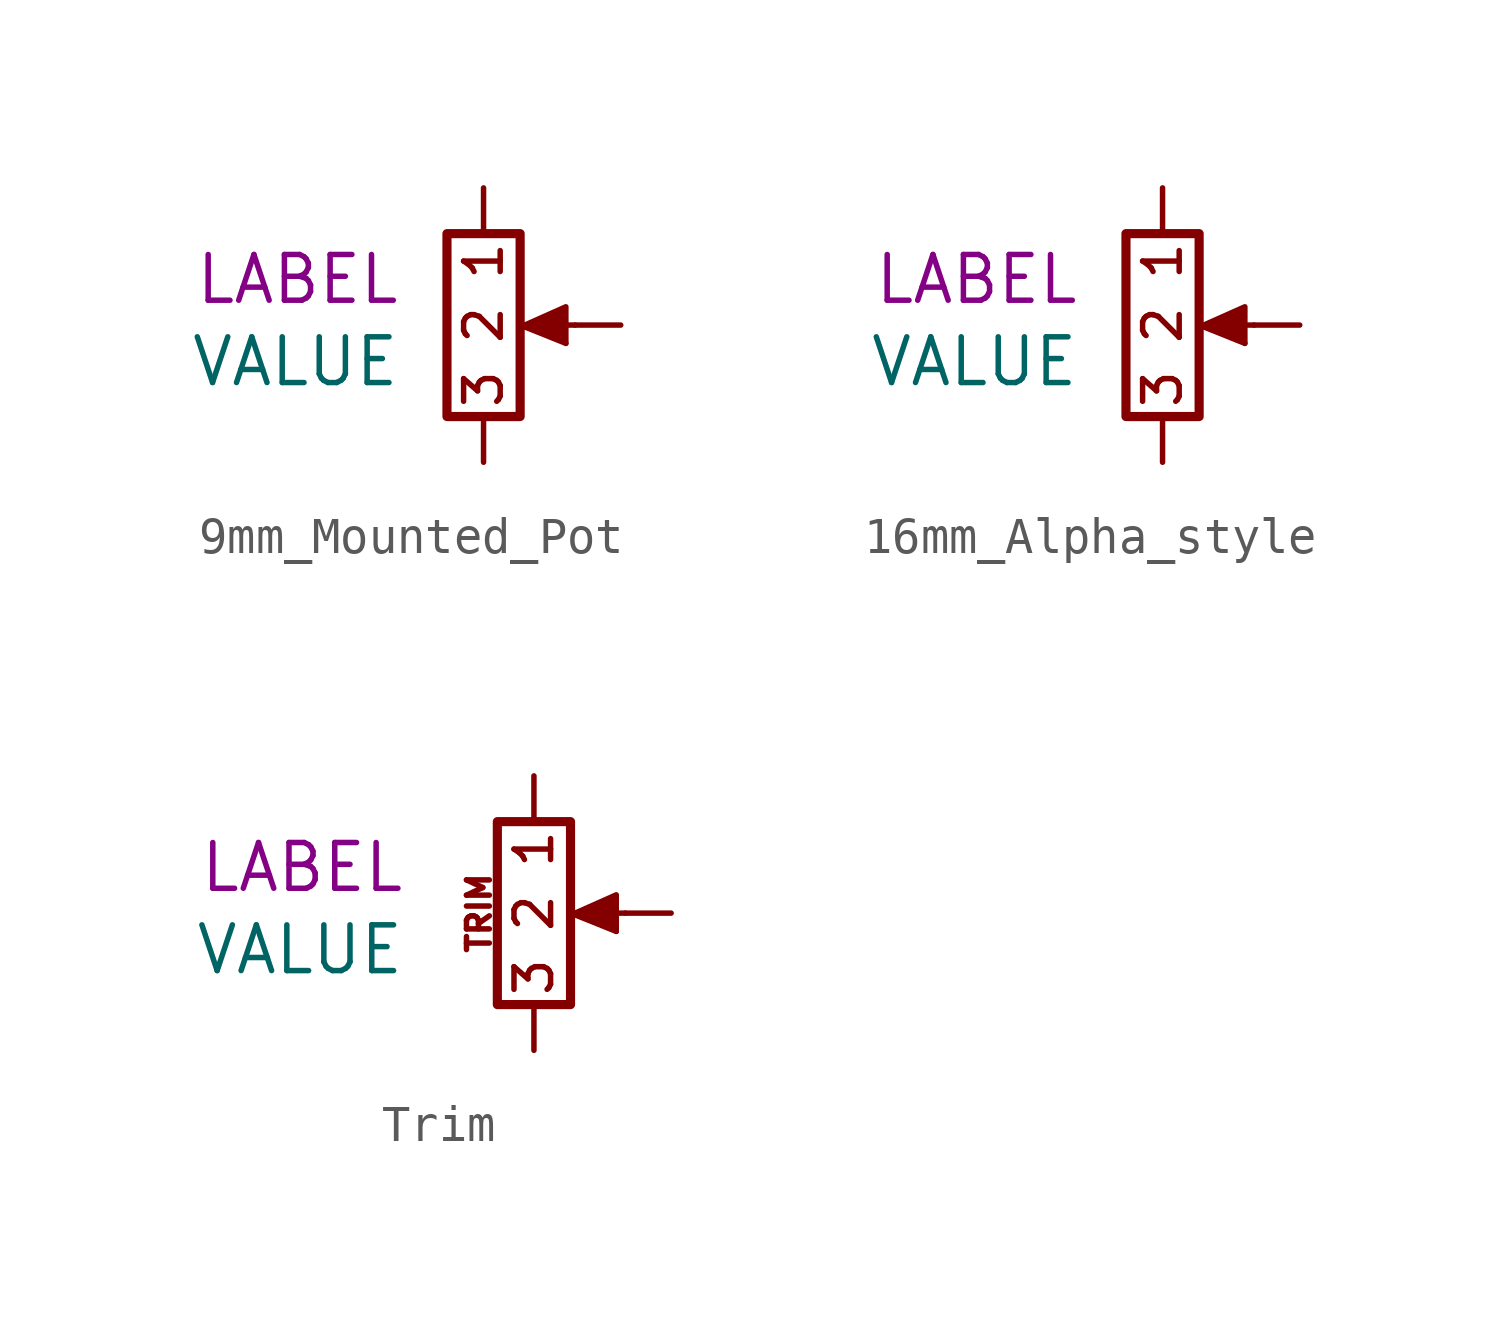
<source format=kicad_sym>
(kicad_symbol_lib
  (version 20241209)
  (generator "kicad_symbol_editor")
  (generator_version "9.0")
  (symbol "9mm_Mounted_Pot"
    (pin_numbers
      (hide yes))
    (pin_names
      (offset 1.016)
      (hide yes))
    (property "Reference" "REF**"
      (at -2.286 3.302 0)
      (do_not_autoplace)
      (effects (font (size 1.27 1.27)) (justify right) (hide yes)))
    (property "Value" "VALUE"
      (at -2.286 -1.016 0)
      (do_not_autoplace)
      (effects (font (size 1.27 1.27)) (justify right)))
    (property "Label" "LABEL"
      (at -2.286 1.27 0)
      (do_not_autoplace)
      (effects (font (size 1.27 1.27)) (justify right)))
    (symbol "9mm_Mounted_Pot_0_1"
      (rectangle (start -1.016 2.54) (end 1.016 -2.54) (stroke (width 0.254) (type default)) (fill (type none)))
      (polyline (pts (xy 1.016 0) (xy 2.286 -0.508)) (stroke (width 0) (type default)) (fill (type none))))
    (symbol "9mm_Mounted_Pot_1_1"
      (polyline (pts (xy 1.143 0) (xy 2.286 0.508) (xy 2.286 -0.508)) (stroke (width 0) (type default)) (fill (type outline)))
      (polyline (pts (xy 2.54 0) (xy 1.524 0)) (stroke (width 0) (type default)) (fill (type none)))
      (text "1" (at 0 1.778 900) (effects (font (size 1.016 1.016))))
      (text "2" (at 0 0 900) (effects (font (size 1.016 1.016))))
      (text "3" (at 0 -1.778 900) (effects (font (size 1.016 1.016))))
      (pin passive line (at 0 3.81 270) (length 1.27) (name "Left" (effects (font (size 1.27 1.27)))) (number "1" (effects (font (size 1.27 1.27)))))
      (pin passive line (at 0 -3.81 90) (length 1.27) (name "Right" (effects (font (size 1.27 1.27)))) (number "3" (effects (font (size 1.27 1.27)))))
      (pin passive line (at 3.81 0 180) (length 1.27) (name "Center" (effects (font (size 1.27 1.27)))) (number "2" (effects (font (size 1.27 1.27)))))))
  (symbol "16mm_Alpha_style"
    (pin_numbers
      (hide yes))
    (pin_names
      (offset 1.016)
      (hide yes))
    (property "Reference" "REF**"
      (at -2.286 3.302 0)
      (do_not_autoplace)
      (effects (font (size 1.27 1.27)) (justify right) (hide yes)))
    (property "Value" "VALUE"
      (at -2.286 -1.016 0)
      (do_not_autoplace)
      (effects (font (size 1.27 1.27)) (justify right)))
    (property "Label" "LABEL"
      (at -2.286 1.27 0)
      (do_not_autoplace)
      (effects (font (size 1.27 1.27)) (justify right)))
    (symbol "16mm_Alpha_style_0_1"
      (rectangle (start -1.016 2.54) (end 1.016 -2.54) (stroke (width 0.254) (type default)) (fill (type none)))
      (polyline (pts (xy 1.016 0) (xy 2.286 -0.508)) (stroke (width 0) (type default)) (fill (type none))))
    (symbol "16mm_Alpha_style_1_1"
      (polyline (pts (xy 1.143 0) (xy 2.286 0.508) (xy 2.286 -0.508)) (stroke (width 0) (type default)) (fill (type outline)))
      (polyline (pts (xy 2.54 0) (xy 1.524 0)) (stroke (width 0) (type default)) (fill (type none)))
      (text "1" (at 0 1.778 900) (effects (font (size 1.016 1.016))))
      (text "2" (at 0 0 900) (effects (font (size 1.016 1.016))))
      (text "3" (at 0 -1.778 900) (effects (font (size 1.016 1.016))))
      (pin passive line (at 0 3.81 270) (length 1.27) (name "Left" (effects (font (size 1.27 1.27)))) (number "1" (effects (font (size 1.27 1.27)))))
      (pin passive line (at 0 -3.81 90) (length 1.27) (name "Right" (effects (font (size 1.27 1.27)))) (number "3" (effects (font (size 1.27 1.27)))))
      (pin passive line (at 3.81 0 180) (length 1.27) (name "Center" (effects (font (size 1.27 1.27)))) (number "2" (effects (font (size 1.27 1.27)))))))
  (symbol "Trim"
    (pin_numbers
      (hide yes))
    (pin_names
      (offset 1.016)
      (hide yes))
    (property "Reference" "REF**"
      (at -3.556 3.302 0)
      (do_not_autoplace)
      (effects (font (size 1.27 1.27)) (justify right) (hide yes)))
    (property "Value" "VALUE"
      (at -3.556 -1.016 0)
      (do_not_autoplace)
      (effects (font (size 1.27 1.27)) (justify right)))
    (property "Label" "LABEL"
      (at -3.556 1.27 0)
      (do_not_autoplace)
      (effects (font (size 1.27 1.27)) (justify right)))
    (symbol "Trim_0_1"
      (rectangle (start -1.016 2.54) (end 1.016 -2.54) (stroke (width 0.254) (type default)) (fill (type none)))
      (polyline (pts (xy 1.016 0) (xy 2.286 -0.508)) (stroke (width 0) (type default)) (fill (type none))))
    (symbol "Trim_1_1"
      (polyline (pts (xy 1.143 0) (xy 2.286 0.508) (xy 2.286 -0.508)) (stroke (width 0) (type default)) (fill (type outline)))
      (polyline (pts (xy 2.54 0) (xy 1.524 0)) (stroke (width 0) (type default)) (fill (type none)))
      (text "TRIM" (at -1.524 0 900) (effects (font (size 0.635 0.635))))
      (text "1" (at 0 1.778 900) (effects (font (size 1.016 1.016))))
      (text "2" (at 0 0 900) (effects (font (size 1.016 1.016))))
      (text "3" (at 0 -1.778 900) (effects (font (size 1.016 1.016))))
      (pin passive line (at 0 3.81 270) (length 1.27) (name "Left" (effects (font (size 1.27 1.27)))) (number "1" (effects (font (size 1.27 1.27)))))
      (pin passive line (at 0 -3.81 90) (length 1.27) (name "Right" (effects (font (size 1.27 1.27)))) (number "3" (effects (font (size 1.27 1.27)))))
      (pin passive line (at 3.81 0 180) (length 1.27) (name "Center" (effects (font (size 1.27 1.27)))) (number "2" (effects (font (size 1.27 1.27))))))))
</source>
